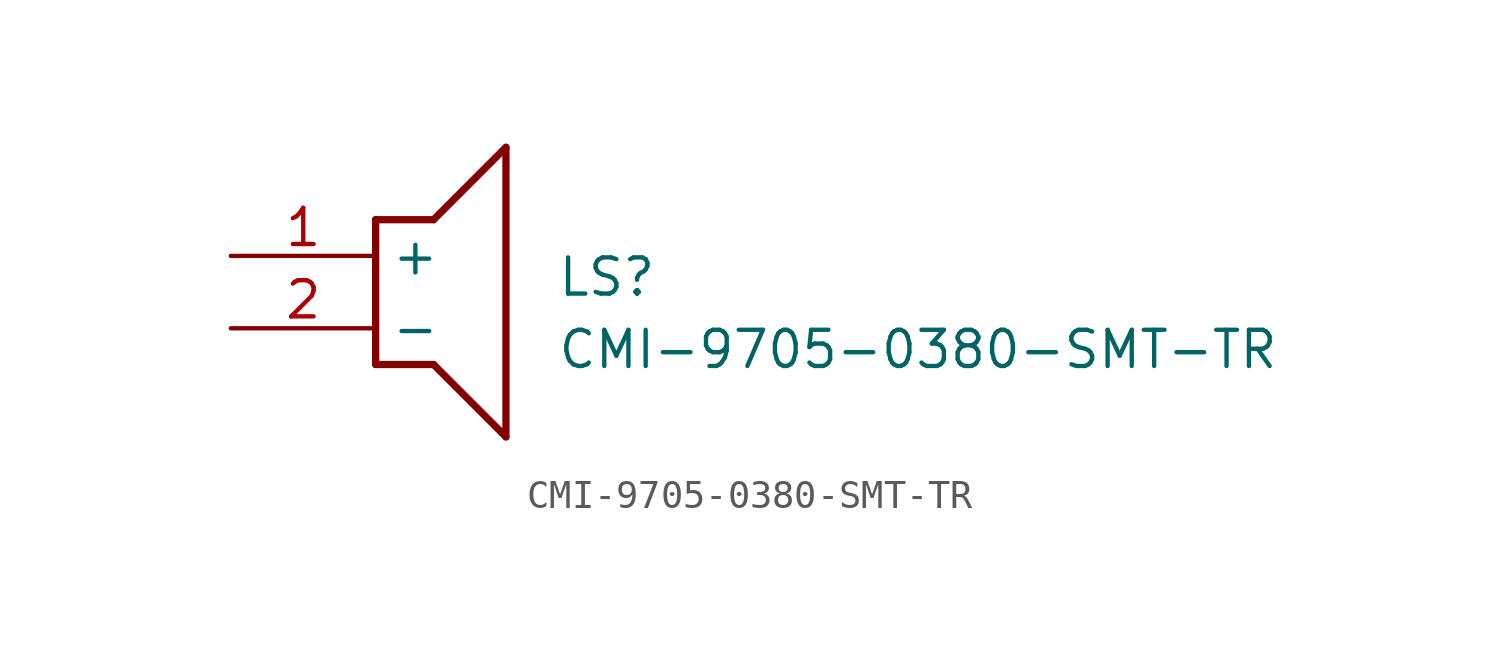
<source format=kicad_sym>
(kicad_symbol_lib
  (version 20211014)
  (generator SamacSys_ECAD_Model)
  (symbol "CMI-9705-0380-SMT-TR"
    (property "Reference" "LS"
      (at 11.43 0 0)
      (effects (font (size 1.27 1.27)) (justify left top)))
    (property "Value" "CMI-9705-0380-SMT-TR"
      (at 11.43 -2.54 0)
      (effects (font (size 1.27 1.27)) (justify left top)))
    (polyline
      (pts (xy 5.08 1.27) (xy 7.112 1.27))
      (stroke (width 0.254) (type default))
      (fill (type none)))
    (polyline
      (pts (xy 9.652 3.81) (xy 7.112 1.27))
      (stroke (width 0.254) (type default))
      (fill (type none)))
    (polyline
      (pts (xy 9.652 3.81) (xy 9.652 -6.35))
      (stroke (width 0.254) (type default))
      (fill (type none)))
    (polyline
      (pts (xy 7.112 -3.81) (xy 9.652 -6.35))
      (stroke (width 0.254) (type default))
      (fill (type none)))
    (polyline
      (pts (xy 7.112 -3.81) (xy 5.08 -3.81))
      (stroke (width 0.254) (type default))
      (fill (type none)))
    (polyline
      (pts (xy 5.08 1.27) (xy 5.08 -3.81))
      (stroke (width 0.254) (type default))
      (fill (type none)))
    (pin passive line
      (at 0 0 0)
      (length 5.08)
      (name "+" (effects (font (size 1.27 1.27))))
      (number "1" (effects (font (size 1.27 1.27)))))
    (pin passive line
      (at 0 -2.54 0)
      (length 5.08)
      (name "-" (effects (font (size 1.27 1.27))))
      (number "2" (effects (font (size 1.27 1.27)))))))
</source>
